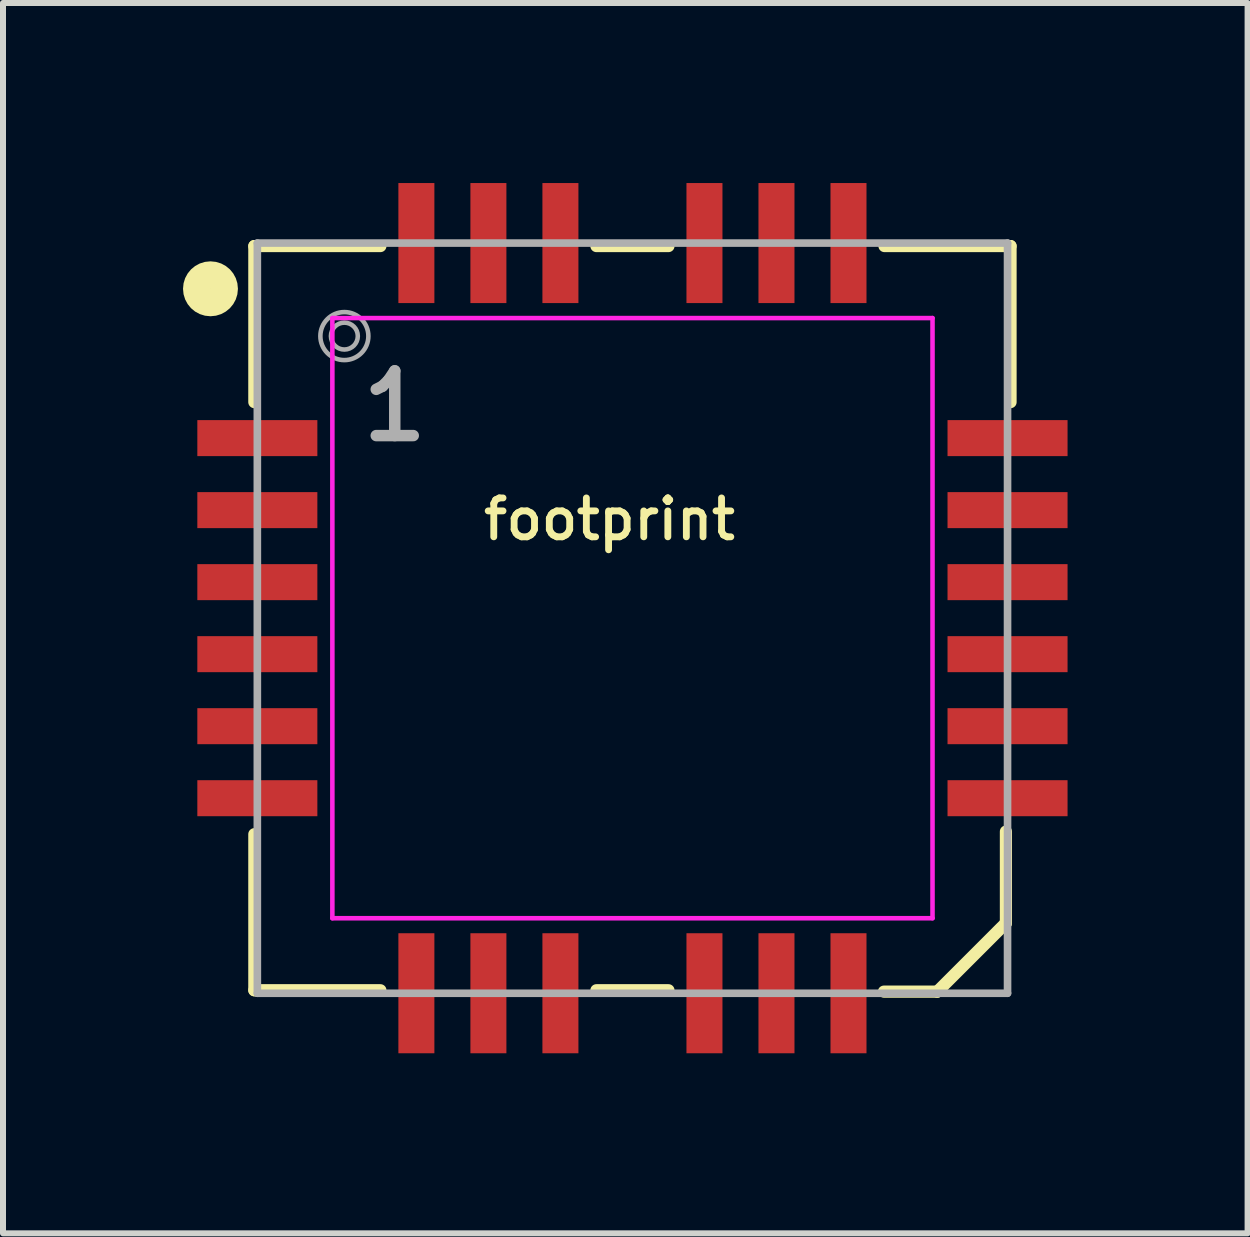
<source format=kicad_pcb>
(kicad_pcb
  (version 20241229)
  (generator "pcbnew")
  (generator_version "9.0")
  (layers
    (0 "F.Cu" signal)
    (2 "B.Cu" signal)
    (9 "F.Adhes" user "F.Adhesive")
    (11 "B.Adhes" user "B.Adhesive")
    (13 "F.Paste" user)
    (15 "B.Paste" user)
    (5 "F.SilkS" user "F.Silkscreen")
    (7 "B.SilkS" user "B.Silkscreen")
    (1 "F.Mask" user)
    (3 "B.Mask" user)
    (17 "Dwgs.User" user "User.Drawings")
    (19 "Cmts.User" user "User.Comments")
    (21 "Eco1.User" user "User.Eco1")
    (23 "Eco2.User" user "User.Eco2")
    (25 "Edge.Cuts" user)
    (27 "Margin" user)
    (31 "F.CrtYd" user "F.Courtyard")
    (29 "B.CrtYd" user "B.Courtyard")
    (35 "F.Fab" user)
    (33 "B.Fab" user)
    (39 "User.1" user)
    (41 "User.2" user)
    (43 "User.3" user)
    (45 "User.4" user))
  (footprint "footprint"
    (layer "F.Cu")
    (at 7.488 7.25)
    (property "Reference" "footprint" (at -2.54 -1.27 0) (layer "F.SilkS") (effects (font (size 0.648 0.648) (thickness 0.114)) (justify left bottom)))
    (fp_line (start -6.3 -6.2) (end -6.3 -3.6) (stroke (width 0.203) (type solid)) (layer "F.SilkS"))
    (fp_line (start -6.3 -6.2) (end -4.2 -6.2) (stroke (width 0.203) (type solid)) (layer "F.SilkS"))
    (fp_line (start -6.3 3.6) (end -6.3 6.2) (stroke (width 0.203) (type solid)) (layer "F.SilkS"))
    (fp_line (start -6.3 6.2) (end -4.2 6.2) (stroke (width 0.203) (type solid)) (layer "F.SilkS"))
    (fp_line (start -0.6 -6.2) (end 0.6 -6.2) (stroke (width 0.203) (type solid)) (layer "F.SilkS"))
    (fp_line (start -0.6 6.2) (end 0.6 6.2) (stroke (width 0.203) (type solid)) (layer "F.SilkS"))
    (fp_line (start 4.191 6.223) (end 5.08 6.223) (stroke (width 0.203) (type solid)) (layer "F.SilkS"))
    (fp_line (start 4.2 -6.2) (end 6.3 -6.2) (stroke (width 0.203) (type solid)) (layer "F.SilkS"))
    (fp_line (start 5.08 6.223) (end 6.223 5.08) (stroke (width 0.203) (type solid)) (layer "F.SilkS"))
    (fp_line (start 6.223 5.08) (end 6.223 3.556) (stroke (width 0.203) (type solid)) (layer "F.SilkS"))
    (fp_line (start 6.3 -3.6) (end 6.3 -6.2) (stroke (width 0.203) (type solid)) (layer "F.SilkS"))
    (fp_circle (center -7.031 -5.488) (end -6.802 -5.488) (stroke (width 0.457) (type solid)) (fill no) (layer "F.SilkS"))
    (fp_line (start -5 -5) (end 5 -5) (stroke (width 0.076) (type solid)) (layer "F.CrtYd"))
    (fp_line (start -5 5) (end -5 -5) (stroke (width 0.076) (type solid)) (layer "F.CrtYd"))
    (fp_line (start 5 -5) (end 5 5) (stroke (width 0.076) (type solid)) (layer "F.CrtYd"))
    (fp_line (start 5 5) (end -5 5) (stroke (width 0.076) (type solid)) (layer "F.CrtYd"))
    (fp_line (start -6.25 -6.25) (end -6.25 6.25) (stroke (width 0.127) (type solid)) (layer "F.Fab"))
    (fp_line (start -6.25 6.25) (end 6.25 6.25) (stroke (width 0.127) (type solid)) (layer "F.Fab"))
    (fp_line (start 6.25 -6.25) (end -6.25 -6.25) (stroke (width 0.127) (type solid)) (layer "F.Fab"))
    (fp_line (start 6.25 6.25) (end 6.25 -6.25) (stroke (width 0.127) (type solid)) (layer "F.Fab"))
    (fp_circle (center -4.8 -4.7) (end -4.576 -4.7) (stroke (width 0.076) (type solid)) (fill no) (layer "F.Fab"))
    (fp_circle (center -4.8 -4.7) (end -4.4 -4.7) (stroke (width 0.076) (type solid)) (fill no) (layer "F.Fab"))
    (fp_text user "1" (at -4.6 -2.9 0) (layer "F.Fab") (effects (font (size 1.079 1.079) (thickness 0.191)) (justify left bottom)))
    (pad "1" smd rect (at -6.25 -3) (size 2 0.6) (layers "F.Cu" "F.Mask" "F.Paste"))
    (pad "2" smd rect (at -6.25 -1.8) (size 2 0.6) (layers "F.Cu" "F.Mask" "F.Paste"))
    (pad "3" smd rect (at -6.25 -0.6) (size 2 0.6) (layers "F.Cu" "F.Mask" "F.Paste"))
    (pad "4" smd rect (at -6.25 0.6) (size 2 0.6) (layers "F.Cu" "F.Mask" "F.Paste"))
    (pad "5" smd rect (at -6.25 1.8) (size 2 0.6) (layers "F.Cu" "F.Mask" "F.Paste"))
    (pad "6" smd rect (at -6.25 3) (size 2 0.6) (layers "F.Cu" "F.Mask" "F.Paste"))
    (pad "7" smd rect (at -3.6 6.25 90) (size 2 0.6) (layers "F.Cu" "F.Mask" "F.Paste"))
    (pad "8" smd rect (at -2.4 6.25 90) (size 2 0.6) (layers "F.Cu" "F.Mask" "F.Paste"))
    (pad "9" smd rect (at -1.2 6.25 90) (size 2 0.6) (layers "F.Cu" "F.Mask" "F.Paste"))
    (pad "10" smd rect (at 1.2 6.25 90) (size 2 0.6) (layers "F.Cu" "F.Mask" "F.Paste"))
    (pad "11" smd rect (at 2.4 6.25 90) (size 2 0.6) (layers "F.Cu" "F.Mask" "F.Paste"))
    (pad "12" smd rect (at 3.6 6.25 90) (size 2 0.6) (layers "F.Cu" "F.Mask" "F.Paste"))
    (pad "13" smd rect (at 6.25 3) (size 2 0.6) (layers "F.Cu" "F.Mask" "F.Paste"))
    (pad "14" smd rect (at 6.25 1.8) (size 2 0.6) (layers "F.Cu" "F.Mask" "F.Paste"))
    (pad "15" smd rect (at 6.25 0.6) (size 2 0.6) (layers "F.Cu" "F.Mask" "F.Paste"))
    (pad "16" smd rect (at 6.25 -0.6) (size 2 0.6) (layers "F.Cu" "F.Mask" "F.Paste"))
    (pad "17" smd rect (at 6.25 -1.8) (size 2 0.6) (layers "F.Cu" "F.Mask" "F.Paste"))
    (pad "18" smd rect (at 6.25 -3) (size 2 0.6) (layers "F.Cu" "F.Mask" "F.Paste"))
    (pad "19" smd rect (at 3.6 -6.25 270) (size 2 0.6) (layers "F.Cu" "F.Mask" "F.Paste"))
    (pad "20" smd rect (at 2.4 -6.25 270) (size 2 0.6) (layers "F.Cu" "F.Mask" "F.Paste"))
    (pad "21" smd rect (at 1.2 -6.25 270) (size 2 0.6) (layers "F.Cu" "F.Mask" "F.Paste"))
    (pad "22" smd rect (at -1.2 -6.25 270) (size 2 0.6) (layers "F.Cu" "F.Mask" "F.Paste"))
    (pad "23" smd rect (at -2.4 -6.25 270) (size 2 0.6) (layers "F.Cu" "F.Mask" "F.Paste"))
    (pad "24" smd rect (at -3.6 -6.25 270) (size 2 0.6) (layers "F.Cu" "F.Mask" "F.Paste")))
  (gr_rect
    (start -3 -3)
    (end 17.738 17.5)
    (stroke (width 0.1) (type default))
    (fill no)
    (layer "Edge.Cuts")))
</source>
